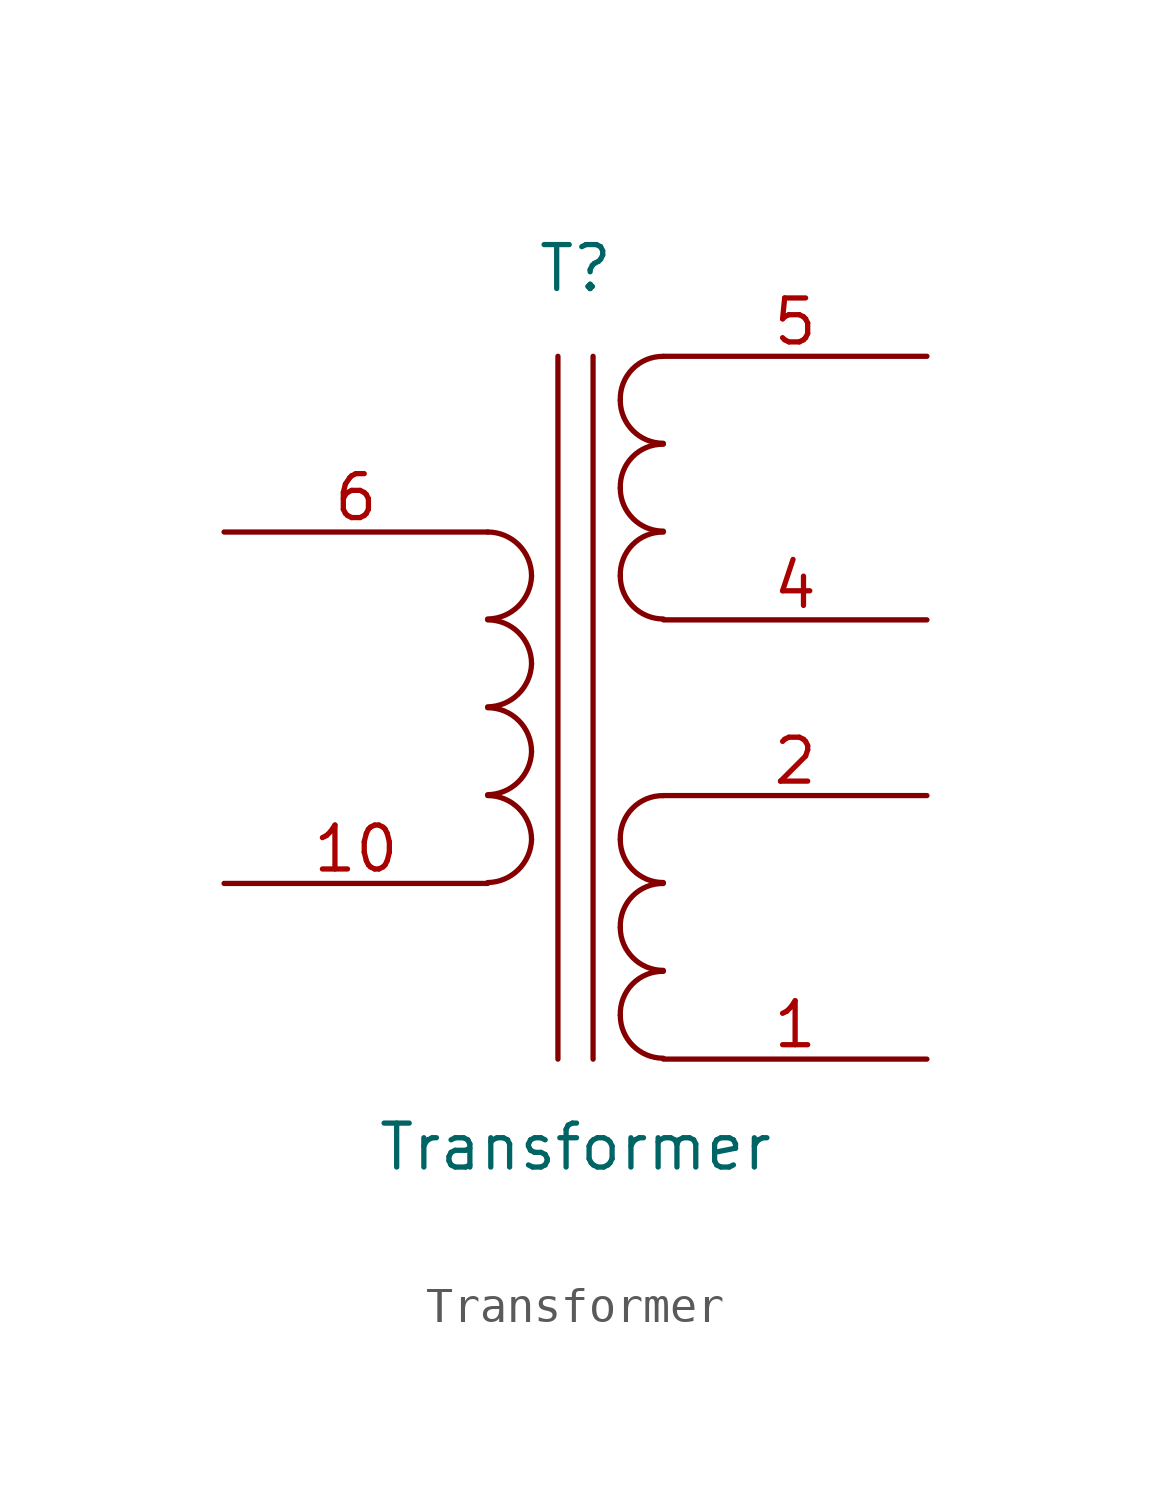
<source format=kicad_sym>
(kicad_symbol_lib
  (version 20241209)
  (generator "kicad_symbol_editor")
  (generator_version "9.0")
  (symbol "Transformer"
    (pin_names
      (offset 1.016)
      (hide yes))
    (property "Reference" "T"
      (at 0 12.7 0)
      (effects (font (size 1.27 1.27))))
    (property "Value" "Transformer"
      (at 0 -12.7 0)
      (effects (font (size 1.27 1.27))))
    (symbol "Transformer_0_1"
      (arc (start -1.27 3.81) (mid -1.656 2.9336) (end -2.54 2.5654) (stroke (width 0) (type default)) (fill (type none)))
      (arc (start -1.27 1.27) (mid -1.656 0.3936) (end -2.54 0.0254) (stroke (width 0) (type default)) (fill (type none)))
      (arc (start -1.27 -1.27) (mid -1.656 -2.1464) (end -2.54 -2.5146) (stroke (width 0) (type default)) (fill (type none)))
      (arc (start -1.27 -3.81) (mid -1.656 -4.6864) (end -2.54 -5.0546) (stroke (width 0) (type default)) (fill (type none)))
      (arc (start -2.54 5.08) (mid -1.642 4.708) (end -1.27 3.81) (stroke (width 0) (type default)) (fill (type none)))
      (arc (start -2.54 2.54) (mid -1.642 2.168) (end -1.27 1.27) (stroke (width 0) (type default)) (fill (type none)))
      (arc (start -2.54 0) (mid -1.642 -0.372) (end -1.27 -1.27) (stroke (width 0) (type default)) (fill (type none)))
      (arc (start -2.54 -2.54) (mid -1.642 -2.912) (end -1.27 -3.81) (stroke (width 0) (type default)) (fill (type none)))
      (polyline (pts (xy -0.508 -10.16) (xy -0.508 10.16)) (stroke (width 0) (type default)) (fill (type none)))
      (polyline (pts (xy 0.508 10.16) (xy 0.508 -10.16)) (stroke (width 0) (type default)) (fill (type none)))
      (arc (start 1.2954 8.89) (mid 1.6457 9.7917) (end 2.54 10.16) (stroke (width 0) (type default)) (fill (type none)))
      (arc (start 1.2954 6.35) (mid 1.6457 7.2517) (end 2.54 7.62) (stroke (width 0) (type default)) (fill (type none)))
      (arc (start 1.2954 3.81) (mid 1.6457 4.7117) (end 2.54 5.08) (stroke (width 0) (type default)) (fill (type none)))
      (arc (start 1.2954 -3.81) (mid 1.6457 -2.9083) (end 2.54 -2.54) (stroke (width 0) (type default)) (fill (type none)))
      (arc (start 1.2954 -6.35) (mid 1.6457 -5.4483) (end 2.54 -5.08) (stroke (width 0) (type default)) (fill (type none)))
      (arc (start 1.2954 -8.89) (mid 1.6457 -7.9883) (end 2.54 -7.62) (stroke (width 0) (type default)) (fill (type none)))
      (arc (start 2.54 7.6454) (mid 1.6599 8.0099) (end 1.2954 8.89) (stroke (width 0) (type default)) (fill (type none)))
      (arc (start 2.54 5.1054) (mid 1.6599 5.4699) (end 1.2954 6.35) (stroke (width 0) (type default)) (fill (type none)))
      (arc (start 2.54 2.5654) (mid 1.6599 2.9299) (end 1.2954 3.81) (stroke (width 0) (type default)) (fill (type none)))
      (arc (start 2.54 -5.0546) (mid 1.6599 -4.6901) (end 1.2954 -3.81) (stroke (width 0) (type default)) (fill (type none)))
      (arc (start 2.54 -7.5946) (mid 1.6599 -7.2301) (end 1.2954 -6.35) (stroke (width 0) (type default)) (fill (type none)))
      (arc (start 2.54 -10.1346) (mid 1.6599 -9.7701) (end 1.2954 -8.89) (stroke (width 0) (type default)) (fill (type none))))
    (symbol "Transformer_1_1"
      (pin passive line (at -10.16 5.08 0) (length 7.62) (name "AA" (effects (font (size 1.27 1.27)))) (number "6" (effects (font (size 1.27 1.27)))))
      (pin passive line (at -10.16 -5.08 0) (length 7.62) (name "AB" (effects (font (size 1.27 1.27)))) (number "10" (effects (font (size 1.27 1.27)))))
      (pin passive line (at 10.16 10.16 180) (length 7.62) (name "SA" (effects (font (size 1.27 1.27)))) (number "5" (effects (font (size 1.27 1.27)))))
      (pin passive line (at 10.16 2.54 180) (length 7.62) (name "SB" (effects (font (size 1.27 1.27)))) (number "4" (effects (font (size 1.27 1.27)))))
      (pin passive line (at 10.16 -2.54 180) (length 7.62) (name "SC" (effects (font (size 1.27 1.27)))) (number "2" (effects (font (size 1.27 1.27)))))
      (pin passive line (at 10.16 -10.16 180) (length 7.62) (name "SD" (effects (font (size 1.27 1.27)))) (number "1" (effects (font (size 1.27 1.27))))))))
</source>
